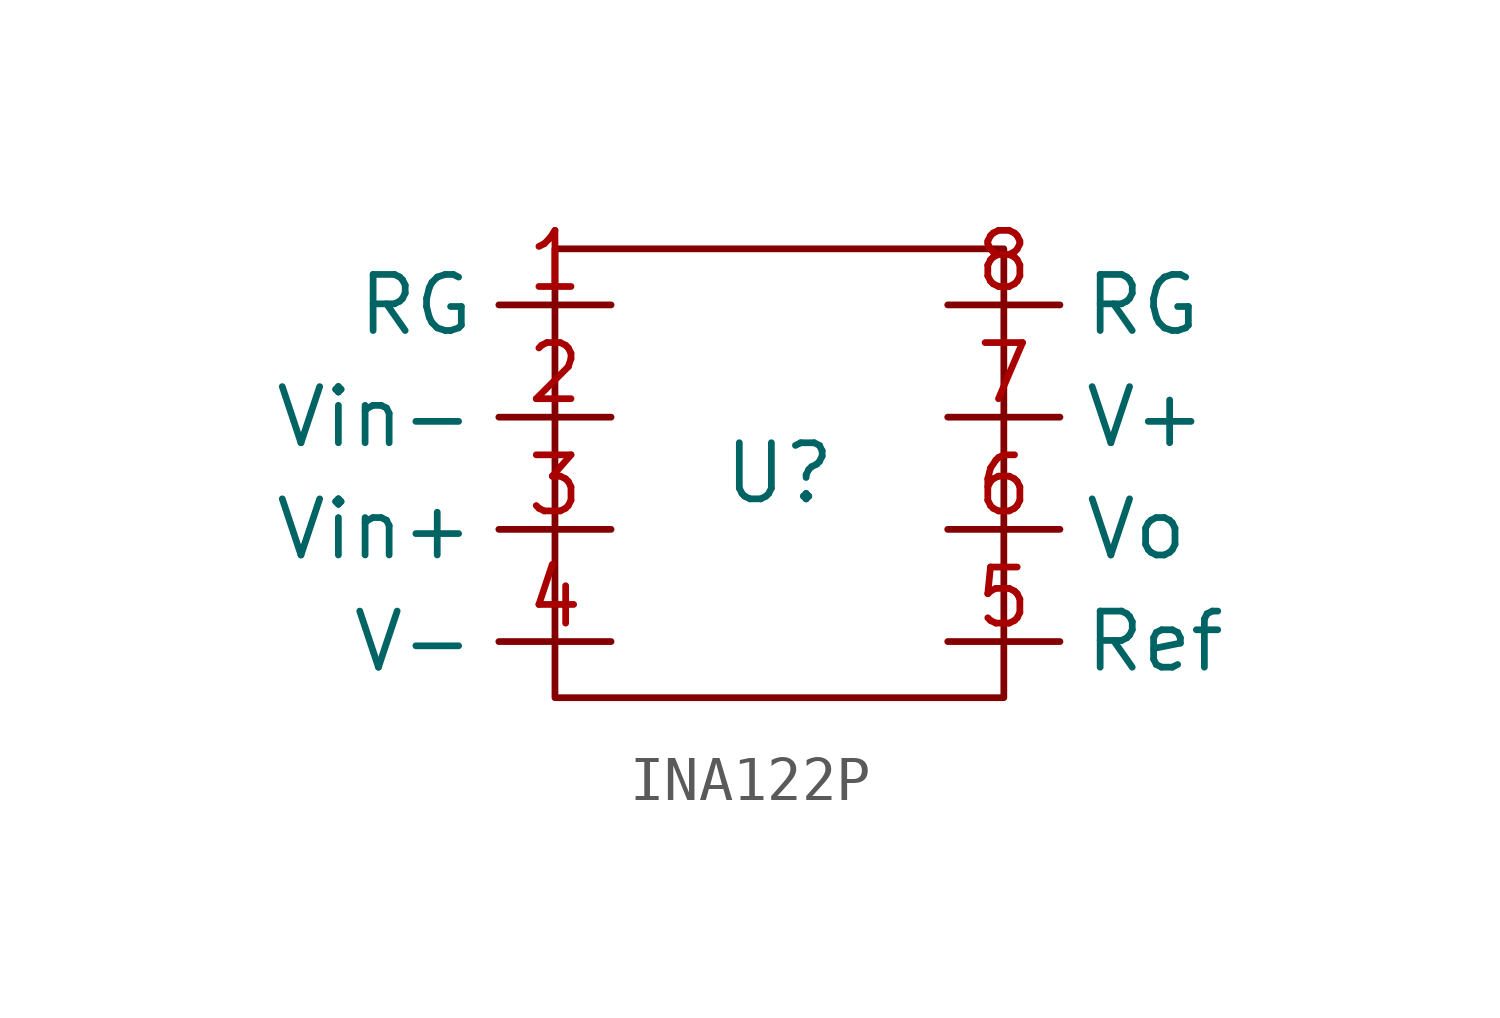
<source format=kicad_sym>
(kicad_symbol_lib
  (version 20220914)
  (generator kicad_symbol_editor)
  (symbol "INA122P"
    (property "Reference" "U"
      (at 0 0 0)
      (effects (font (size 1.27 1.27))))
    (property "Value" ""
      (at 0 -3.81 0)
      (effects (font (size 1.27 1.27))))
    (symbol "INA122P_0_1"
      (rectangle (start -5.08 5.08) (end 5.08 -5.08) (stroke (width 0) (type default)) (fill (type none))))
    (symbol "INA122P_1_1"
      (pin bidirectional line (at -3.81 3.81 180) (length 2.54) (name "RG" (effects (font (size 1.27 1.27)))) (number "1" (effects (font (size 1.27 1.27)))))
      (pin input line (at -3.81 1.27 180) (length 2.54) (name "Vin-" (effects (font (size 1.27 1.27)))) (number "2" (effects (font (size 1.27 1.27)))))
      (pin input line (at -3.81 -1.27 180) (length 2.54) (name "Vin+" (effects (font (size 1.27 1.27)))) (number "3" (effects (font (size 1.27 1.27)))))
      (pin power_out line (at -3.81 -3.81 180) (length 2.54) (name "V-" (effects (font (size 1.27 1.27)))) (number "4" (effects (font (size 1.27 1.27)))))
      (pin input line (at 3.81 -3.81 0) (length 2.54) (name "Ref" (effects (font (size 1.27 1.27)))) (number "5" (effects (font (size 1.27 1.27)))))
      (pin output line (at 3.81 -1.27 0) (length 2.54) (name "Vo" (effects (font (size 1.27 1.27)))) (number "6" (effects (font (size 1.27 1.27)))))
      (pin power_in line (at 3.81 1.27 0) (length 2.54) (name "V+" (effects (font (size 1.27 1.27)))) (number "7" (effects (font (size 1.27 1.27)))))
      (pin bidirectional line (at 3.81 3.81 0) (length 2.54) (name "RG" (effects (font (size 1.27 1.27)))) (number "8" (effects (font (size 1.27 1.27))))))))
</source>
